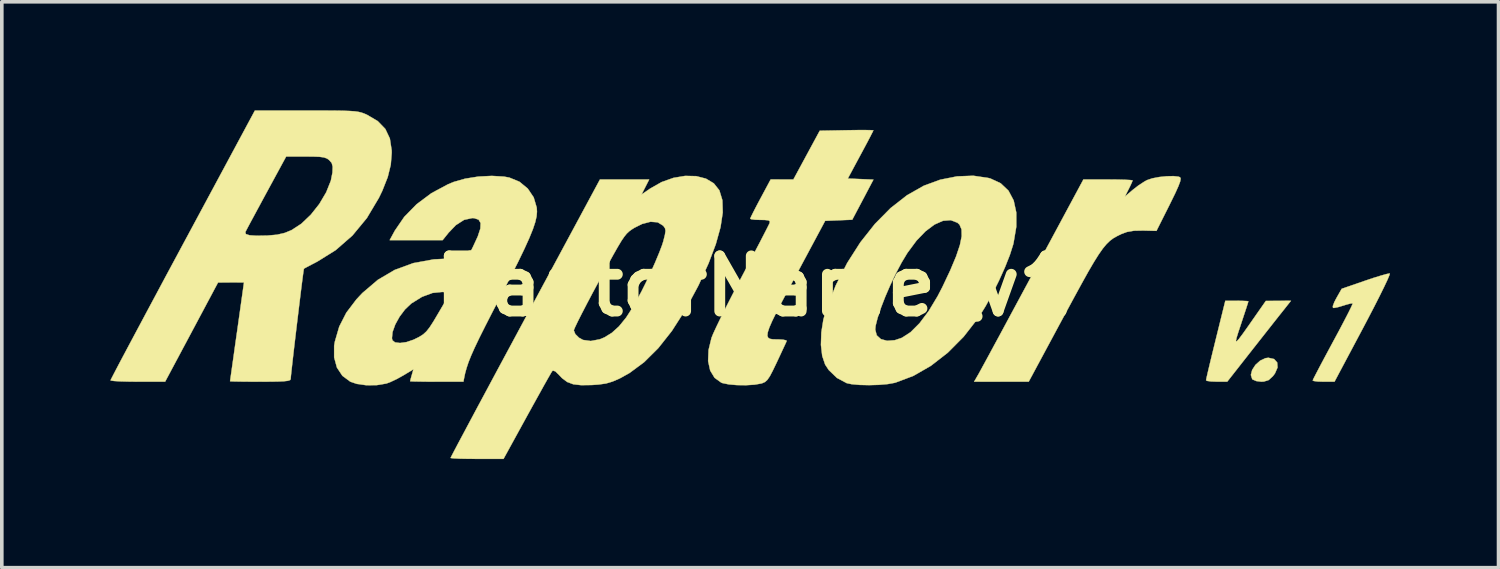
<source format=kicad_pcb>
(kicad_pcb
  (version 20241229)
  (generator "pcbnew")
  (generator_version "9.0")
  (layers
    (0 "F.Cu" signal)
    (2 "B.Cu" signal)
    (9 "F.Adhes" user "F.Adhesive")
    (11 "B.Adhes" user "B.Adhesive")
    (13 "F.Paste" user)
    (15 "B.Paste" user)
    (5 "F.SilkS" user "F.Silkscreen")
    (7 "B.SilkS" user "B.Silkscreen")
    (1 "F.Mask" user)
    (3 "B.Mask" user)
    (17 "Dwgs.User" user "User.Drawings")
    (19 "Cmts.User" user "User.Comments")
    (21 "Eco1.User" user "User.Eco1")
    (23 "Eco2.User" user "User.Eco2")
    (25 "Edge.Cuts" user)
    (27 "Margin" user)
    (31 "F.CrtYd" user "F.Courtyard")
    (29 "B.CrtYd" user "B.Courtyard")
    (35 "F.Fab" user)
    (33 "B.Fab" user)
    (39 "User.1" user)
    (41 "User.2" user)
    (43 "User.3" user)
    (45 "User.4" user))
  (footprint "RaptorName_v1"
    (layer "F.Cu")
    (at 17.784 4.856)
    (property "Reference" "RaptorName_v1" (at 0 0 0) (layer "F.SilkS") (effects (font (size 1.524 1.524) (thickness 0.3))))
    (attr through_hole)
    (fp_poly (pts (xy 14.375 2.016) (xy 14.461 2.111) (xy 14.471 2.249) (xy 14.4 2.413) (xy 14.346 2.485) (xy 14.227 2.596) (xy 14.094 2.638) (xy 14.023 2.642) (xy 13.881 2.624) (xy 13.781 2.58) (xy 13.771 2.57) (xy 13.734 2.455) (xy 13.77 2.317) (xy 13.86 2.178) (xy 13.989 2.062) (xy 14.137 1.992) (xy 14.218 1.981) (xy 14.375 2.016)) (stroke (width 0.01) (type solid)) (fill yes) (layer "F.SilkS"))
    (fp_poly (pts (xy 13.511 0.409) (xy 13.627 0.414) (xy 13.665 0.421) (xy 13.65 0.473) (xy 13.609 0.601) (xy 13.547 0.789) (xy 13.472 1.016) (xy 13.463 1.044) (xy 13.387 1.272) (xy 13.338 1.431) (xy 13.321 1.517) (xy 13.34 1.53) (xy 13.4 1.466) (xy 13.506 1.325) (xy 13.663 1.104) (xy 13.803 0.903) (xy 14.148 0.41) (xy 14.842 0.406) (xy 14.63 0.673) (xy 14.533 0.795) (xy 14.386 0.981) (xy 14.204 1.212) (xy 13.999 1.472) (xy 13.785 1.744) (xy 13.749 1.79) (xy 13.081 2.641) (xy 12.789 2.641) (xy 12.632 2.635) (xy 12.525 2.62) (xy 12.496 2.603) (xy 12.507 2.545) (xy 12.539 2.403) (xy 12.589 2.192) (xy 12.653 1.926) (xy 12.728 1.621) (xy 12.761 1.486) (xy 13.028 0.406) (xy 13.347 0.406) (xy 13.511 0.409)) (stroke (width 0.01) (type solid)) (fill yes) (layer "F.SilkS"))
    (fp_poly (pts (xy 17.573 -0.348) (xy 17.562 -0.301) (xy 17.509 -0.175) (xy 17.417 0.02) (xy 17.293 0.272) (xy 17.141 0.571) (xy 16.966 0.907) (xy 16.835 1.156) (xy 16.045 2.642) (xy 15.744 2.642) (xy 15.584 2.637) (xy 15.475 2.623) (xy 15.443 2.608) (xy 15.466 2.556) (xy 15.532 2.428) (xy 15.632 2.236) (xy 15.761 1.993) (xy 15.911 1.714) (xy 16.006 1.537) (xy 16.165 1.242) (xy 16.304 0.978) (xy 16.418 0.758) (xy 16.5 0.593) (xy 16.543 0.498) (xy 16.548 0.478) (xy 16.492 0.481) (xy 16.373 0.512) (xy 16.291 0.538) (xy 16.143 0.582) (xy 16.034 0.603) (xy 16.004 0.601) (xy 15.999 0.553) (xy 16.04 0.443) (xy 16.099 0.33) (xy 16.244 0.075) (xy 16.882 -0.145) (xy 17.122 -0.226) (xy 17.33 -0.29) (xy 17.484 -0.333) (xy 17.567 -0.349) (xy 17.573 -0.348)) (stroke (width 0.01) (type solid)) (fill yes) (layer "F.SilkS"))
    (fp_poly (pts (xy 11.737 -3.023) (xy 11.777 -3.007) (xy 11.794 -2.969) (xy 11.78 -2.891) (xy 11.731 -2.76) (xy 11.643 -2.565) (xy 11.51 -2.294) (xy 11.485 -2.243) (xy 11.125 -1.526) (xy 10.757 -1.535) (xy 10.504 -1.53) (xy 10.308 -1.496) (xy 10.157 -1.44) (xy 10.041 -1.384) (xy 9.937 -1.325) (xy 9.84 -1.253) (xy 9.744 -1.16) (xy 9.642 -1.037) (xy 9.529 -0.876) (xy 9.399 -0.669) (xy 9.245 -0.406) (xy 9.063 -0.079) (xy 8.845 0.32) (xy 8.585 0.801) (xy 8.579 0.811) (xy 7.595 2.641) (xy 6.84 2.641) (xy 6.086 2.642) (xy 6.211 2.426) (xy 6.257 2.342) (xy 6.347 2.177) (xy 6.476 1.94) (xy 6.638 1.64) (xy 6.83 1.286) (xy 7.045 0.886) (xy 7.28 0.45) (xy 7.53 -0.014) (xy 7.72 -0.368) (xy 9.106 -2.946) (xy 9.785 -2.946) (xy 10.035 -2.944) (xy 10.243 -2.939) (xy 10.392 -2.931) (xy 10.462 -2.922) (xy 10.465 -2.919) (xy 10.444 -2.861) (xy 10.39 -2.746) (xy 10.358 -2.682) (xy 10.251 -2.472) (xy 10.465 -2.655) (xy 10.626 -2.78) (xy 10.793 -2.889) (xy 10.864 -2.928) (xy 11.009 -2.977) (xy 11.202 -3.014) (xy 11.409 -3.035) (xy 11.598 -3.039) (xy 11.737 -3.023)) (stroke (width 0.01) (type solid)) (fill yes) (layer "F.SilkS"))
    (fp_poly (pts (xy 6.481 -2.987) (xy 6.538 -2.972) (xy 6.821 -2.84) (xy 7.035 -2.637) (xy 7.179 -2.366) (xy 7.251 -2.032) (xy 7.251 -1.64) (xy 7.176 -1.195) (xy 7.162 -1.138) (xy 7.073 -0.859) (xy 6.94 -0.523) (xy 6.775 -0.156) (xy 6.591 0.214) (xy 6.4 0.56) (xy 6.216 0.857) (xy 6.191 0.893) (xy 5.795 1.401) (xy 5.358 1.84) (xy 4.891 2.203) (xy 4.405 2.482) (xy 3.91 2.668) (xy 3.886 2.674) (xy 3.697 2.708) (xy 3.452 2.729) (xy 3.183 2.737) (xy 2.923 2.731) (xy 2.703 2.711) (xy 2.565 2.682) (xy 2.294 2.537) (xy 2.069 2.32) (xy 1.969 2.169) (xy 1.888 1.929) (xy 1.853 1.625) (xy 1.864 1.282) (xy 1.876 1.203) (xy 3.353 1.203) (xy 3.395 1.361) (xy 3.51 1.466) (xy 3.681 1.512) (xy 3.893 1.496) (xy 4.091 1.429) (xy 4.33 1.274) (xy 4.578 1.026) (xy 4.83 0.691) (xy 5.078 0.278) (xy 5.209 0.026) (xy 5.427 -0.436) (xy 5.588 -0.82) (xy 5.693 -1.133) (xy 5.743 -1.379) (xy 5.739 -1.565) (xy 5.684 -1.696) (xy 5.627 -1.75) (xy 5.44 -1.822) (xy 5.226 -1.805) (xy 4.991 -1.701) (xy 4.745 -1.517) (xy 4.494 -1.257) (xy 4.248 -0.925) (xy 4.234 -0.904) (xy 4.08 -0.648) (xy 3.923 -0.35) (xy 3.77 -0.029) (xy 3.629 0.296) (xy 3.51 0.604) (xy 3.419 0.877) (xy 3.364 1.095) (xy 3.353 1.203) (xy 1.876 1.203) (xy 1.92 0.926) (xy 2 0.642) (xy 2.262 -0.019) (xy 2.579 -0.64) (xy 2.943 -1.21) (xy 3.345 -1.718) (xy 3.778 -2.156) (xy 4.234 -2.512) (xy 4.697 -2.774) (xy 5.15 -2.94) (xy 5.614 -3.032) (xy 6.065 -3.049) (xy 6.481 -2.987)) (stroke (width 0.01) (type solid)) (fill yes) (layer "F.SilkS"))
    (fp_poly (pts (xy 3.206 -4.31) (xy 3.292 -4.306) (xy 3.302 -4.304) (xy 3.279 -4.255) (xy 3.217 -4.134) (xy 3.123 -3.955) (xy 3.006 -3.736) (xy 2.948 -3.629) (xy 2.595 -2.972) (xy 2.949 -2.957) (xy 3.303 -2.942) (xy 3.011 -2.388) (xy 2.718 -1.834) (xy 1.969 -1.803) (xy 1.235 -0.432) (xy 0.987 0.031) (xy 0.785 0.412) (xy 0.626 0.719) (xy 0.507 0.96) (xy 0.427 1.144) (xy 0.383 1.277) (xy 0.372 1.369) (xy 0.392 1.426) (xy 0.441 1.457) (xy 0.516 1.47) (xy 0.615 1.473) (xy 0.663 1.473) (xy 0.806 1.481) (xy 0.893 1.5) (xy 0.906 1.517) (xy 0.879 1.578) (xy 0.817 1.711) (xy 0.731 1.896) (xy 0.635 2.101) (xy 0.523 2.334) (xy 0.44 2.492) (xy 0.372 2.591) (xy 0.308 2.649) (xy 0.235 2.682) (xy 0.203 2.692) (xy 0.019 2.724) (xy -0.216 2.739) (xy -0.466 2.736) (xy -0.695 2.716) (xy -0.869 2.68) (xy -0.901 2.668) (xy -1.086 2.535) (xy -1.208 2.333) (xy -1.265 2.073) (xy -1.253 1.766) (xy -1.171 1.429) (xy -1.122 1.31) (xy -1.032 1.115) (xy -0.908 0.859) (xy -0.756 0.555) (xy -0.584 0.218) (xy -0.398 -0.139) (xy -0.336 -0.258) (xy -0.152 -0.607) (xy 0.017 -0.929) (xy 0.166 -1.213) (xy 0.287 -1.448) (xy 0.376 -1.622) (xy 0.426 -1.722) (xy 0.434 -1.74) (xy 0.442 -1.791) (xy 0.401 -1.817) (xy 0.292 -1.828) (xy 0.183 -1.829) (xy 0.029 -1.834) (xy -0.075 -1.848) (xy -0.102 -1.862) (xy -0.079 -1.917) (xy -0.017 -2.042) (xy 0.074 -2.219) (xy 0.181 -2.42) (xy 0.463 -2.946) (xy 0.777 -2.947) (xy 1.092 -2.947) (xy 1.82 -4.293) (xy 2.561 -4.307) (xy 2.822 -4.311) (xy 3.043 -4.312) (xy 3.206 -4.31)) (stroke (width 0.01) (type solid)) (fill yes) (layer "F.SilkS"))
    (fp_poly (pts (xy -6.905 -3.025) (xy -6.758 -2.998) (xy -6.478 -2.883) (xy -6.249 -2.694) (xy -6.085 -2.45) (xy -6.002 -2.168) (xy -5.995 -2.055) (xy -6.006 -1.927) (xy -6.042 -1.769) (xy -6.107 -1.574) (xy -6.205 -1.332) (xy -6.339 -1.036) (xy -6.512 -0.677) (xy -6.729 -0.246) (xy -6.991 0.263) (xy -7.233 0.73) (xy -7.431 1.118) (xy -7.591 1.438) (xy -7.717 1.702) (xy -7.814 1.92) (xy -7.887 2.103) (xy -7.94 2.262) (xy -7.98 2.407) (xy -8 2.502) (xy -8.028 2.642) (xy -8.764 2.642) (xy -9.024 2.641) (xy -9.244 2.638) (xy -9.406 2.635) (xy -9.491 2.631) (xy -9.5 2.629) (xy -9.487 2.576) (xy -9.457 2.467) (xy -9.454 2.458) (xy -9.409 2.3) (xy -9.694 2.471) (xy -9.875 2.571) (xy -10.051 2.654) (xy -10.158 2.693) (xy -10.423 2.737) (xy -10.709 2.74) (xy -10.976 2.702) (xy -11.154 2.641) (xy -11.372 2.479) (xy -11.523 2.251) (xy -11.6 1.97) (xy -11.6 1.65) (xy -11.581 1.538) (xy -11.553 1.441) (xy -10.003 1.441) (xy -9.99 1.497) (xy -9.917 1.556) (xy -9.779 1.573) (xy -9.601 1.548) (xy -9.409 1.483) (xy -9.385 1.472) (xy -9.247 1.403) (xy -9.141 1.336) (xy -9.051 1.254) (xy -8.96 1.139) (xy -8.853 0.973) (xy -8.714 0.738) (xy -8.698 0.711) (xy -8.386 0.178) (xy -8.612 0.162) (xy -8.88 0.189) (xy -9.172 0.297) (xy -9.464 0.478) (xy -9.471 0.483) (xy -9.642 0.646) (xy -9.793 0.847) (xy -9.912 1.063) (xy -9.986 1.269) (xy -10.003 1.441) (xy -11.553 1.441) (xy -11.459 1.119) (xy -11.263 0.735) (xy -10.984 0.367) (xy -10.82 0.192) (xy -10.393 -0.172) (xy -9.926 -0.447) (xy -9.412 -0.635) (xy -8.847 -0.738) (xy -8.395 -0.761) (xy -7.926 -0.762) (xy -7.766 -1.079) (xy -7.631 -1.371) (xy -7.559 -1.59) (xy -7.552 -1.743) (xy -7.608 -1.836) (xy -7.729 -1.877) (xy -7.787 -1.879) (xy -8.01 -1.83) (xy -8.236 -1.685) (xy -8.435 -1.478) (xy -8.602 -1.27) (xy -9.333 -1.27) (xy -10.065 -1.27) (xy -9.922 -1.533) (xy -9.662 -1.913) (xy -9.319 -2.263) (xy -8.912 -2.567) (xy -8.457 -2.811) (xy -8.299 -2.877) (xy -7.98 -2.968) (xy -7.616 -3.026) (xy -7.244 -3.045) (xy -6.905 -3.025)) (stroke (width 0.01) (type solid)) (fill yes) (layer "F.SilkS"))
    (fp_poly (pts (xy -1.594 -3.038) (xy -1.325 -2.969) (xy -1.108 -2.839) (xy -0.956 -2.648) (xy -0.953 -2.642) (xy -0.871 -2.372) (xy -0.861 -2.034) (xy -0.922 -1.629) (xy -1.052 -1.161) (xy -1.251 -0.633) (xy -1.518 -0.048) (xy -1.544 0.005) (xy -1.903 0.672) (xy -2.268 1.241) (xy -2.644 1.716) (xy -3.033 2.102) (xy -3.438 2.402) (xy -3.708 2.552) (xy -3.907 2.638) (xy -4.088 2.692) (xy -4.297 2.721) (xy -4.483 2.734) (xy -4.774 2.738) (xy -4.991 2.713) (xy -5.158 2.651) (xy -5.3 2.545) (xy -5.381 2.46) (xy -5.486 2.357) (xy -5.552 2.335) (xy -5.576 2.352) (xy -5.612 2.412) (xy -5.69 2.548) (xy -5.803 2.748) (xy -5.943 3.001) (xy -6.105 3.293) (xy -6.271 3.594) (xy -6.919 4.775) (xy -7.65 4.775) (xy -7.91 4.773) (xy -8.129 4.769) (xy -8.289 4.761) (xy -8.374 4.752) (xy -8.382 4.748) (xy -8.358 4.7) (xy -8.29 4.569) (xy -8.181 4.362) (xy -8.033 4.085) (xy -7.852 3.745) (xy -7.64 3.348) (xy -7.4 2.901) (xy -7.137 2.41) (xy -6.853 1.882) (xy -6.552 1.323) (xy -6.499 1.224) (xy -4.977 1.224) (xy -4.936 1.326) (xy -4.833 1.428) (xy -4.724 1.488) (xy -4.508 1.518) (xy -4.26 1.471) (xy -4.133 1.419) (xy -3.926 1.292) (xy -3.728 1.113) (xy -3.531 0.871) (xy -3.328 0.555) (xy -3.111 0.157) (xy -2.99 -0.085) (xy -2.852 -0.377) (xy -2.724 -0.665) (xy -2.616 -0.924) (xy -2.537 -1.132) (xy -2.503 -1.239) (xy -2.459 -1.416) (xy -2.442 -1.525) (xy -2.454 -1.594) (xy -2.494 -1.654) (xy -2.512 -1.673) (xy -2.659 -1.763) (xy -2.857 -1.778) (xy -3.091 -1.717) (xy -3.299 -1.613) (xy -3.379 -1.563) (xy -3.448 -1.512) (xy -3.514 -1.45) (xy -3.583 -1.365) (xy -3.663 -1.247) (xy -3.76 -1.085) (xy -3.884 -0.867) (xy -4.039 -0.584) (xy -4.235 -0.224) (xy -4.274 -0.152) (xy -4.454 0.182) (xy -4.617 0.49) (xy -4.756 0.759) (xy -4.867 0.978) (xy -4.942 1.135) (xy -4.976 1.217) (xy -4.977 1.224) (xy -6.499 1.224) (xy -6.318 0.887) (xy -4.254 -2.946) (xy -3.574 -2.946) (xy -2.894 -2.946) (xy -3 -2.738) (xy -3.106 -2.53) (xy -2.866 -2.695) (xy -2.549 -2.875) (xy -2.221 -2.991) (xy -1.898 -3.045) (xy -1.594 -3.038)) (stroke (width 0.01) (type solid)) (fill yes) (layer "F.SilkS"))
    (fp_poly (pts (xy -11.95 -4.851) (xy -11.62 -4.85) (xy -11.365 -4.846) (xy -11.173 -4.839) (xy -11.029 -4.829) (xy -10.921 -4.813) (xy -10.836 -4.792) (xy -10.76 -4.764) (xy -10.694 -4.735) (xy -10.395 -4.559) (xy -10.186 -4.343) (xy -10.06 -4.077) (xy -10.01 -3.749) (xy -10.009 -3.68) (xy -10.035 -3.354) (xy -10.119 -3.013) (xy -10.268 -2.636) (xy -10.363 -2.439) (xy -10.696 -1.88) (xy -11.095 -1.397) (xy -11.558 -0.993) (xy -12.059 -0.681) (xy -12.229 -0.592) (xy -12.36 -0.523) (xy -12.429 -0.485) (xy -12.435 -0.482) (xy -12.444 -0.431) (xy -12.463 -0.295) (xy -12.49 -0.088) (xy -12.523 0.175) (xy -12.56 0.479) (xy -12.6 0.809) (xy -12.641 1.148) (xy -12.681 1.484) (xy -12.718 1.799) (xy -12.75 2.08) (xy -12.776 2.312) (xy -12.794 2.478) (xy -12.801 2.565) (xy -12.802 2.57) (xy -12.818 2.597) (xy -12.877 2.617) (xy -12.99 2.63) (xy -13.172 2.638) (xy -13.434 2.641) (xy -13.64 2.642) (xy -13.919 2.641) (xy -14.158 2.639) (xy -14.341 2.636) (xy -14.451 2.632) (xy -14.476 2.629) (xy -14.469 2.577) (xy -14.449 2.438) (xy -14.419 2.225) (xy -14.38 1.95) (xy -14.335 1.627) (xy -14.284 1.269) (xy -14.282 1.257) (xy -14.091 -0.102) (xy -14.45 -0.101) (xy -14.808 -0.1) (xy -15.539 1.271) (xy -16.271 2.642) (xy -17.025 2.642) (xy -17.289 2.639) (xy -17.512 2.633) (xy -17.678 2.623) (xy -17.768 2.61) (xy -17.779 2.603) (xy -17.755 2.554) (xy -17.687 2.422) (xy -17.578 2.213) (xy -17.431 1.935) (xy -17.25 1.595) (xy -17.038 1.198) (xy -16.8 0.752) (xy -16.538 0.263) (xy -16.257 -0.263) (xy -15.959 -0.817) (xy -15.784 -1.143) (xy -15.597 -1.49) (xy -14.055 -1.49) (xy -14.039 -1.437) (xy -13.936 -1.404) (xy -13.743 -1.391) (xy -13.454 -1.396) (xy -13.447 -1.396) (xy -13.176 -1.42) (xy -12.96 -1.471) (xy -12.776 -1.547) (xy -12.505 -1.724) (xy -12.244 -1.973) (xy -12.009 -2.27) (xy -11.819 -2.592) (xy -11.691 -2.912) (xy -11.646 -3.138) (xy -11.64 -3.299) (xy -11.667 -3.401) (xy -11.735 -3.48) (xy -11.798 -3.526) (xy -11.881 -3.556) (xy -12.005 -3.573) (xy -12.192 -3.58) (xy -12.386 -3.581) (xy -12.926 -3.581) (xy -13.478 -2.565) (xy -13.637 -2.271) (xy -13.781 -2.004) (xy -13.902 -1.78) (xy -13.992 -1.611) (xy -14.045 -1.51) (xy -14.055 -1.49) (xy -15.597 -1.49) (xy -13.79 -4.851) (xy -12.369 -4.851) (xy -11.95 -4.851)) (stroke (width 0.01) (type solid)) (fill yes) (layer "F.SilkS")))
  (gr_rect
    (start -3 -3)
    (end 38.362 12.637)
    (stroke (width 0.1) (type default))
    (fill no)
    (layer "Edge.Cuts")))
</source>
